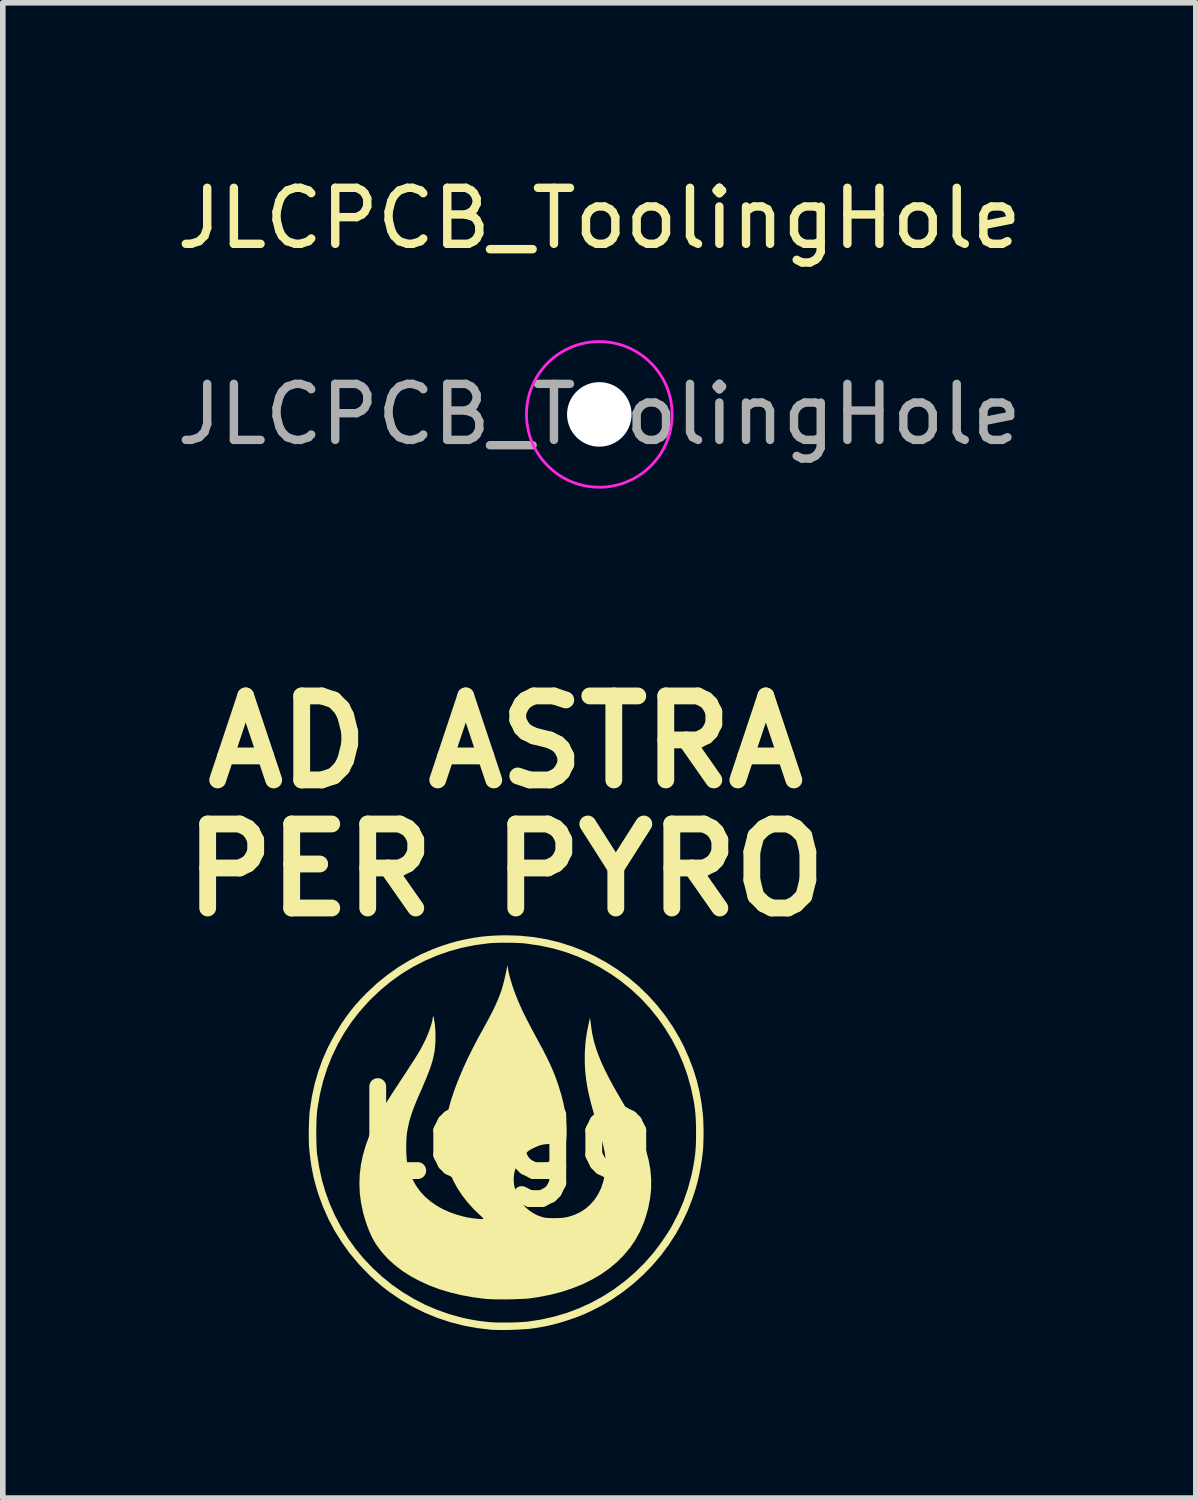
<source format=kicad_pcb>
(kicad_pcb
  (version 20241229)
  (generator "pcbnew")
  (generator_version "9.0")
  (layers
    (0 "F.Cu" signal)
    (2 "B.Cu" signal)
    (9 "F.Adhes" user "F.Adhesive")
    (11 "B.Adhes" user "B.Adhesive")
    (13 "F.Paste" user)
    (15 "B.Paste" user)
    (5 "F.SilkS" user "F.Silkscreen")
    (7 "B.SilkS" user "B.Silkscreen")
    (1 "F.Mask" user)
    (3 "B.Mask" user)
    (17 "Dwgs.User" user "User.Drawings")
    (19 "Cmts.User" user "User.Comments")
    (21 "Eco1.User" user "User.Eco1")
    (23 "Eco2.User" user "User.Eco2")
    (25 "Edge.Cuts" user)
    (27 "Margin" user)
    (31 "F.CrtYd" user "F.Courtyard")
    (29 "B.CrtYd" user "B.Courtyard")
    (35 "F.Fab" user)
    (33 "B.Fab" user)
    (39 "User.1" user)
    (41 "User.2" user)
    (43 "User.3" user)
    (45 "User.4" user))
  (footprint "Logo"
    (layer "F.Cu")
    (at 5.979 17.169)
    (property "Reference" "Logo" (at 0 0 0) (layer "F.SilkS") (effects (font (size 1.5 1.5) (thickness 0.3))))
    (attr board_only exclude_from_pos_files exclude_from_bom)
    (fp_poly (pts (xy 0.26 -3.514) (xy 0.498 -3.49) (xy 0.733 -3.45) (xy 0.963 -3.394) (xy 1.189 -3.322) (xy 1.412 -3.234) (xy 1.584 -3.153) (xy 1.795 -3.038) (xy 1.996 -2.91) (xy 2.188 -2.769) (xy 2.37 -2.616) (xy 2.541 -2.45) (xy 2.7 -2.274) (xy 2.847 -2.088) (xy 2.982 -1.891) (xy 3.103 -1.686) (xy 3.179 -1.538) (xy 3.269 -1.336) (xy 3.346 -1.137) (xy 3.408 -0.937) (xy 3.458 -0.733) (xy 3.495 -0.522) (xy 3.519 -0.323) (xy 3.524 -0.264) (xy 3.527 -0.194) (xy 3.529 -0.116) (xy 3.531 -0.034) (xy 3.531 0.051) (xy 3.529 0.133) (xy 3.527 0.209) (xy 3.524 0.278) (xy 3.519 0.334) (xy 3.517 0.352) (xy 3.499 0.492) (xy 3.479 0.619) (xy 3.456 0.737) (xy 3.431 0.849) (xy 3.402 0.959) (xy 3.368 1.071) (xy 3.333 1.176) (xy 3.249 1.393) (xy 3.149 1.605) (xy 3.036 1.809) (xy 2.909 2.005) (xy 2.77 2.192) (xy 2.618 2.37) (xy 2.455 2.538) (xy 2.281 2.695) (xy 2.097 2.841) (xy 1.904 2.974) (xy 1.703 3.094) (xy 1.493 3.2) (xy 1.362 3.258) (xy 1.241 3.305) (xy 1.112 3.349) (xy 0.981 3.39) (xy 0.85 3.426) (xy 0.725 3.455) (xy 0.629 3.473) (xy 0.592 3.479) (xy 0.559 3.485) (xy 0.535 3.489) (xy 0.528 3.49) (xy 0.469 3.498) (xy 0.396 3.506) (xy 0.313 3.512) (xy 0.223 3.517) (xy 0.129 3.521) (xy 0.036 3.524) (xy -0.055 3.525) (xy -0.14 3.524) (xy -0.216 3.522) (xy -0.277 3.518) (xy -0.51 3.49) (xy -0.736 3.449) (xy -0.762 3.443) (xy -0.995 3.383) (xy -1.222 3.308) (xy -1.443 3.217) (xy -1.658 3.111) (xy -1.865 2.991) (xy -2.063 2.856) (xy -2.09 2.836) (xy -2.175 2.772) (xy -2.252 2.709) (xy -2.327 2.644) (xy -2.404 2.573) (xy -2.462 2.517) (xy -2.629 2.342) (xy -2.784 2.157) (xy -2.924 1.963) (xy -3.05 1.761) (xy -3.163 1.55) (xy -3.261 1.33) (xy -3.341 1.114) (xy -3.356 1.067) (xy -3.372 1.013) (xy -3.389 0.956) (xy -3.404 0.899) (xy -3.419 0.845) (xy -3.43 0.8) (xy -3.438 0.765) (xy -3.44 0.755) (xy -3.444 0.733) (xy -3.45 0.702) (xy -3.457 0.668) (xy -3.467 0.616) (xy -3.477 0.551) (xy -3.488 0.478) (xy -3.497 0.401) (xy -3.505 0.325) (xy -3.511 0.267) (xy -3.514 0.209) (xy -3.516 0.139) (xy -3.517 0.06) (xy -3.517 0.000486) (xy -3.383 0.000486) (xy -3.382 0.091) (xy -3.38 0.179) (xy -3.377 0.26) (xy -3.373 0.331) (xy -3.367 0.389) (xy -3.367 0.393) (xy -3.33 0.626) (xy -3.281 0.849) (xy -3.219 1.061) (xy -3.145 1.264) (xy -3.145 1.265) (xy -3.049 1.481) (xy -2.939 1.688) (xy -2.817 1.885) (xy -2.682 2.073) (xy -2.535 2.251) (xy -2.376 2.418) (xy -2.208 2.573) (xy -2.029 2.717) (xy -1.841 2.849) (xy -1.644 2.967) (xy -1.44 3.073) (xy -1.227 3.164) (xy -1.008 3.241) (xy -0.783 3.303) (xy -0.729 3.315) (xy -0.625 3.337) (xy -0.526 3.354) (xy -0.424 3.369) (xy -0.313 3.381) (xy -0.306 3.382) (xy -0.252 3.386) (xy -0.185 3.389) (xy -0.108 3.391) (xy -0.025 3.391) (xy 0.062 3.391) (xy 0.147 3.389) (xy 0.229 3.386) (xy 0.303 3.382) (xy 0.367 3.377) (xy 0.397 3.374) (xy 0.634 3.337) (xy 0.866 3.285) (xy 1.092 3.218) (xy 1.312 3.135) (xy 1.524 3.038) (xy 1.729 2.926) (xy 1.926 2.801) (xy 2.115 2.661) (xy 2.294 2.508) (xy 2.464 2.342) (xy 2.618 2.169) (xy 2.671 2.102) (xy 2.729 2.025) (xy 2.789 1.942) (xy 2.847 1.857) (xy 2.902 1.773) (xy 2.95 1.695) (xy 2.976 1.648) (xy 3.082 1.441) (xy 3.174 1.226) (xy 3.25 1.004) (xy 3.311 0.779) (xy 3.336 0.666) (xy 3.354 0.567) (xy 3.369 0.477) (xy 3.38 0.391) (xy 3.388 0.305) (xy 3.394 0.216) (xy 3.396 0.118) (xy 3.397 0.017) (xy 3.397 -0.091) (xy 3.394 -0.185) (xy 3.39 -0.271) (xy 3.384 -0.353) (xy 3.375 -0.433) (xy 3.363 -0.516) (xy 3.353 -0.577) (xy 3.305 -0.804) (xy 3.242 -1.028) (xy 3.164 -1.245) (xy 3.072 -1.457) (xy 2.965 -1.662) (xy 2.845 -1.859) (xy 2.713 -2.047) (xy 2.567 -2.227) (xy 2.41 -2.396) (xy 2.241 -2.554) (xy 2.062 -2.7) (xy 1.891 -2.821) (xy 1.691 -2.945) (xy 1.487 -3.053) (xy 1.278 -3.146) (xy 1.064 -3.224) (xy 0.843 -3.288) (xy 0.615 -3.337) (xy 0.378 -3.372) (xy 0.355 -3.375) (xy 0.293 -3.381) (xy 0.218 -3.385) (xy 0.135 -3.388) (xy 0.047 -3.389) (xy -0.042 -3.39) (xy -0.129 -3.388) (xy -0.208 -3.386) (xy -0.277 -3.382) (xy -0.306 -3.379) (xy -0.547 -3.347) (xy -0.782 -3.3) (xy -1.01 -3.237) (xy -1.232 -3.159) (xy -1.446 -3.067) (xy -1.653 -2.96) (xy -1.853 -2.839) (xy -2.044 -2.703) (xy -2.227 -2.553) (xy -2.4 -2.39) (xy -2.451 -2.338) (xy -2.609 -2.16) (xy -2.754 -1.973) (xy -2.884 -1.778) (xy -3 -1.575) (xy -3.101 -1.365) (xy -3.188 -1.147) (xy -3.26 -0.921) (xy -3.317 -0.689) (xy -3.358 -0.451) (xy -3.367 -0.389) (xy -3.372 -0.33) (xy -3.377 -0.259) (xy -3.38 -0.178) (xy -3.382 -0.09) (xy -3.383 0.000486) (xy -3.517 0.000486) (xy -3.517 -0.025) (xy -3.515 -0.112) (xy -3.512 -0.196) (xy -3.508 -0.275) (xy -3.504 -0.344) (xy -3.499 -0.393) (xy -3.463 -0.633) (xy -3.413 -0.865) (xy -3.348 -1.09) (xy -3.269 -1.309) (xy -3.174 -1.523) (xy -3.063 -1.732) (xy -2.941 -1.933) (xy -2.859 -2.053) (xy -2.776 -2.165) (xy -2.689 -2.273) (xy -2.593 -2.38) (xy -2.486 -2.49) (xy -2.48 -2.496) (xy -2.304 -2.661) (xy -2.118 -2.812) (xy -1.923 -2.95) (xy -1.72 -3.074) (xy -1.509 -3.184) (xy -1.296 -3.277) (xy -1.234 -3.3) (xy -1.165 -3.325) (xy -1.092 -3.35) (xy -1.019 -3.373) (xy -0.949 -3.394) (xy -0.888 -3.411) (xy -0.838 -3.423) (xy -0.838 -3.423) (xy -0.824 -3.427) (xy -0.798 -3.432) (xy -0.765 -3.44) (xy -0.748 -3.444) (xy -0.59 -3.475) (xy -0.431 -3.498) (xy -0.267 -3.513) (xy -0.094 -3.521) (xy 0.017 -3.522)) (stroke (width 0) (type solid)) (fill yes) (layer "F.SilkS"))
    (fp_poly (pts (xy 0.037 -2.944) (xy 0.047 -2.883) (xy 0.064 -2.81) (xy 0.086 -2.729) (xy 0.112 -2.642) (xy 0.142 -2.552) (xy 0.175 -2.463) (xy 0.203 -2.393) (xy 0.231 -2.326) (xy 0.259 -2.261) (xy 0.288 -2.197) (xy 0.32 -2.13) (xy 0.354 -2.06) (xy 0.393 -1.985) (xy 0.436 -1.902) (xy 0.485 -1.81) (xy 0.54 -1.707) (xy 0.591 -1.614) (xy 0.663 -1.48) (xy 0.726 -1.356) (xy 0.782 -1.241) (xy 0.831 -1.131) (xy 0.875 -1.025) (xy 0.914 -0.919) (xy 0.942 -0.836) (xy 0.992 -0.673) (xy 1.031 -0.519) (xy 1.059 -0.373) (xy 1.077 -0.231) (xy 1.085 -0.091) (xy 1.086 -0.037) (xy 1.085 0.022) (xy 1.083 0.079) (xy 1.079 0.131) (xy 1.074 0.175) (xy 1.068 0.208) (xy 1.062 0.229) (xy 1.061 0.23) (xy 1.05 0.233) (xy 1.025 0.229) (xy 0.993 0.222) (xy 0.959 0.214) (xy 0.922 0.208) (xy 0.877 0.205) (xy 0.821 0.204) (xy 0.815 0.204) (xy 0.748 0.205) (xy 0.692 0.21) (xy 0.641 0.219) (xy 0.591 0.234) (xy 0.536 0.257) (xy 0.497 0.275) (xy 0.46 0.294) (xy 0.43 0.311) (xy 0.404 0.329) (xy 0.377 0.352) (xy 0.345 0.383) (xy 0.332 0.396) (xy 0.283 0.447) (xy 0.246 0.494) (xy 0.217 0.54) (xy 0.192 0.589) (xy 0.172 0.644) (xy 0.149 0.735) (xy 0.141 0.831) (xy 0.148 0.93) (xy 0.17 1.031) (xy 0.191 1.093) (xy 0.233 1.18) (xy 0.289 1.262) (xy 0.356 1.336) (xy 0.432 1.401) (xy 0.515 1.453) (xy 0.57 1.479) (xy 0.614 1.496) (xy 0.653 1.508) (xy 0.691 1.517) (xy 0.731 1.523) (xy 0.778 1.526) (xy 0.835 1.527) (xy 0.873 1.527) (xy 0.947 1.526) (xy 1.009 1.522) (xy 1.064 1.515) (xy 1.116 1.504) (xy 1.169 1.488) (xy 1.229 1.467) (xy 1.231 1.466) (xy 1.334 1.418) (xy 1.428 1.356) (xy 1.512 1.282) (xy 1.585 1.197) (xy 1.648 1.101) (xy 1.7 0.996) (xy 1.739 0.881) (xy 1.767 0.759) (xy 1.781 0.631) (xy 1.783 0.559) (xy 1.782 0.508) (xy 1.779 0.459) (xy 1.774 0.41) (xy 1.767 0.358) (xy 1.756 0.302) (xy 1.742 0.239) (xy 1.724 0.169) (xy 1.702 0.089) (xy 1.675 -0.002) (xy 1.643 -0.107) (xy 1.635 -0.132) (xy 1.591 -0.277) (xy 1.553 -0.407) (xy 1.521 -0.527) (xy 1.493 -0.637) (xy 1.47 -0.739) (xy 1.452 -0.837) (xy 1.437 -0.93) (xy 1.426 -1.022) (xy 1.417 -1.115) (xy 1.412 -1.21) (xy 1.41 -1.25) (xy 1.411 -1.426) (xy 1.423 -1.607) (xy 1.448 -1.789) (xy 1.484 -1.965) (xy 1.485 -1.97) (xy 1.504 -2.049) (xy 1.509 -2.012) (xy 1.512 -1.989) (xy 1.517 -1.955) (xy 1.522 -1.913) (xy 1.528 -1.869) (xy 1.528 -1.868) (xy 1.546 -1.754) (xy 1.572 -1.638) (xy 1.606 -1.52) (xy 1.649 -1.396) (xy 1.701 -1.268) (xy 1.763 -1.132) (xy 1.835 -0.988) (xy 1.917 -0.835) (xy 1.999 -0.691) (xy 2.072 -0.567) (xy 2.136 -0.455) (xy 2.193 -0.355) (xy 2.243 -0.265) (xy 2.287 -0.183) (xy 2.325 -0.109) (xy 2.359 -0.041) (xy 2.389 0.023) (xy 2.416 0.083) (xy 2.44 0.141) (xy 2.504 0.317) (xy 2.551 0.491) (xy 2.582 0.664) (xy 2.596 0.836) (xy 2.595 1.009) (xy 2.576 1.181) (xy 2.542 1.355) (xy 2.491 1.531) (xy 2.462 1.612) (xy 2.395 1.768) (xy 2.314 1.916) (xy 2.219 2.055) (xy 2.11 2.186) (xy 1.989 2.308) (xy 1.855 2.421) (xy 1.708 2.525) (xy 1.549 2.619) (xy 1.379 2.703) (xy 1.197 2.777) (xy 1.005 2.841) (xy 0.801 2.894) (xy 0.588 2.936) (xy 0.451 2.957) (xy 0.399 2.963) (xy 0.333 2.967) (xy 0.256 2.971) (xy 0.172 2.974) (xy 0.083 2.977) (xy -0.007 2.978) (xy -0.095 2.978) (xy -0.179 2.977) (xy -0.255 2.975) (xy -0.321 2.972) (xy -0.369 2.968) (xy -0.588 2.94) (xy -0.798 2.901) (xy -0.999 2.852) (xy -1.191 2.794) (xy -1.372 2.726) (xy -1.542 2.648) (xy -1.701 2.562) (xy -1.848 2.468) (xy -1.983 2.364) (xy -2.105 2.253) (xy -2.213 2.134) (xy -2.307 2.008) (xy -2.347 1.944) (xy -2.393 1.859) (xy -2.437 1.761) (xy -2.478 1.654) (xy -2.516 1.54) (xy -2.548 1.424) (xy -2.549 1.42) (xy -2.584 1.25) (xy -2.606 1.081) (xy -2.613 0.912) (xy -2.607 0.744) (xy -2.586 0.574) (xy -2.55 0.403) (xy -2.5 0.229) (xy -2.435 0.052) (xy -2.356 -0.129) (xy -2.261 -0.314) (xy -2.159 -0.493) (xy -2.139 -0.525) (xy -2.111 -0.569) (xy -2.076 -0.623) (xy -2.037 -0.685) (xy -1.993 -0.753) (xy -1.946 -0.824) (xy -1.898 -0.897) (xy -1.854 -0.965) (xy -1.792 -1.058) (xy -1.739 -1.14) (xy -1.693 -1.211) (xy -1.653 -1.273) (xy -1.619 -1.326) (xy -1.589 -1.374) (xy -1.563 -1.416) (xy -1.54 -1.455) (xy -1.519 -1.492) (xy -1.499 -1.529) (xy -1.48 -1.565) (xy -1.436 -1.652) (xy -1.397 -1.741) (xy -1.363 -1.828) (xy -1.335 -1.911) (xy -1.314 -1.987) (xy -1.303 -2.047) (xy -1.3 -2.067) (xy -1.296 -2.077) (xy -1.292 -2.074) (xy -1.287 -2.058) (xy -1.281 -2.028) (xy -1.274 -1.983) (xy -1.27 -1.962) (xy -1.262 -1.894) (xy -1.257 -1.815) (xy -1.254 -1.729) (xy -1.255 -1.643) (xy -1.26 -1.56) (xy -1.267 -1.485) (xy -1.273 -1.441) (xy -1.285 -1.379) (xy -1.299 -1.32) (xy -1.314 -1.261) (xy -1.333 -1.2) (xy -1.355 -1.135) (xy -1.382 -1.064) (xy -1.413 -0.985) (xy -1.45 -0.897) (xy -1.493 -0.796) (xy -1.52 -0.735) (xy -1.569 -0.624) (xy -1.61 -0.525) (xy -1.645 -0.437) (xy -1.674 -0.356) (xy -1.699 -0.28) (xy -1.72 -0.207) (xy -1.737 -0.135) (xy -1.752 -0.062) (xy -1.761 -0.012) (xy -1.768 0.043) (xy -1.773 0.11) (xy -1.776 0.184) (xy -1.777 0.261) (xy -1.776 0.339) (xy -1.773 0.413) (xy -1.768 0.479) (xy -1.761 0.535) (xy -1.757 0.56) (xy -1.719 0.698) (xy -1.669 0.824) (xy -1.606 0.941) (xy -1.529 1.049) (xy -1.439 1.147) (xy -1.335 1.235) (xy -1.225 1.31) (xy -1.121 1.368) (xy -1.006 1.419) (xy -0.883 1.463) (xy -0.757 1.498) (xy -0.701 1.511) (xy -0.652 1.52) (xy -0.6 1.528) (xy -0.549 1.535) (xy -0.5 1.54) (xy -0.459 1.544) (xy -0.426 1.545) (xy -0.406 1.543) (xy -0.402 1.542) (xy -0.4 1.536) (xy -0.408 1.524) (xy -0.427 1.504) (xy -0.457 1.476) (xy -0.465 1.469) (xy -0.578 1.361) (xy -0.685 1.242) (xy -0.782 1.116) (xy -0.868 0.984) (xy -0.935 0.862) (xy -0.995 0.724) (xy -1.042 0.581) (xy -1.075 0.435) (xy -1.094 0.283) (xy -1.099 0.127) (xy -1.091 -0.036) (xy -1.069 -0.205) (xy -1.032 -0.381) (xy -0.982 -0.564) (xy -0.918 -0.756) (xy -0.882 -0.853) (xy -0.816 -1.018) (xy -0.747 -1.178) (xy -0.674 -1.336) (xy -0.594 -1.496) (xy -0.508 -1.662) (xy -0.413 -1.834) (xy -0.345 -1.958) (xy -0.285 -2.07) (xy -0.232 -2.173) (xy -0.187 -2.267) (xy -0.147 -2.356) (xy -0.113 -2.441) (xy -0.083 -2.524) (xy -0.057 -2.608) (xy -0.034 -2.693) (xy -0.013 -2.782) (xy 0.004 -2.86) (xy 0.031 -2.993)) (stroke (width 0) (type solid)) (fill yes) (layer "F.SilkS"))
    (fp_text user "AD ASTRA" (at 0 -6.096 0) (unlocked yes) (layer "F.SilkS") (effects (font (size 1.5 1.5) (thickness 0.3) (bold yes)) (justify bottom)))
    (fp_text user "PER PYRO" (at 0 -3.81 0) (unlocked yes) (layer "F.SilkS") (effects (font (size 1.5 1.5) (thickness 0.3) (bold yes)) (justify bottom))))
  (footprint "JLCPCB_ToolingHole"
    (layer "F.Cu")
    (at 7.649 4.348)
    (property "Reference" "JLCPCB_ToolingHole" (at 0 -3.5 0) (layer "F.SilkS") (effects (font (size 1 1) (thickness 0.15))))
    (attr exclude_from_pos_files exclude_from_bom)
    (fp_circle (center 0 0) (end 1.3 0) (stroke (width 0.05) (type solid)) (fill no) (layer "F.CrtYd"))
    (fp_text user "${REFERENCE}" (at 0 0 0) (layer "F.Fab") (effects (font (size 1 1) (thickness 0.15))))
    (pad "" np_thru_hole circle (at 0 0) (size 1.152 1.152) (drill 1.152) (layers "*.Cu" "*.Mask")))
  (gr_rect
    (start -3 -3)
    (end 18.298 23.694)
    (stroke (width 0.1) (type default))
    (fill no)
    (layer "Edge.Cuts")))
</source>
